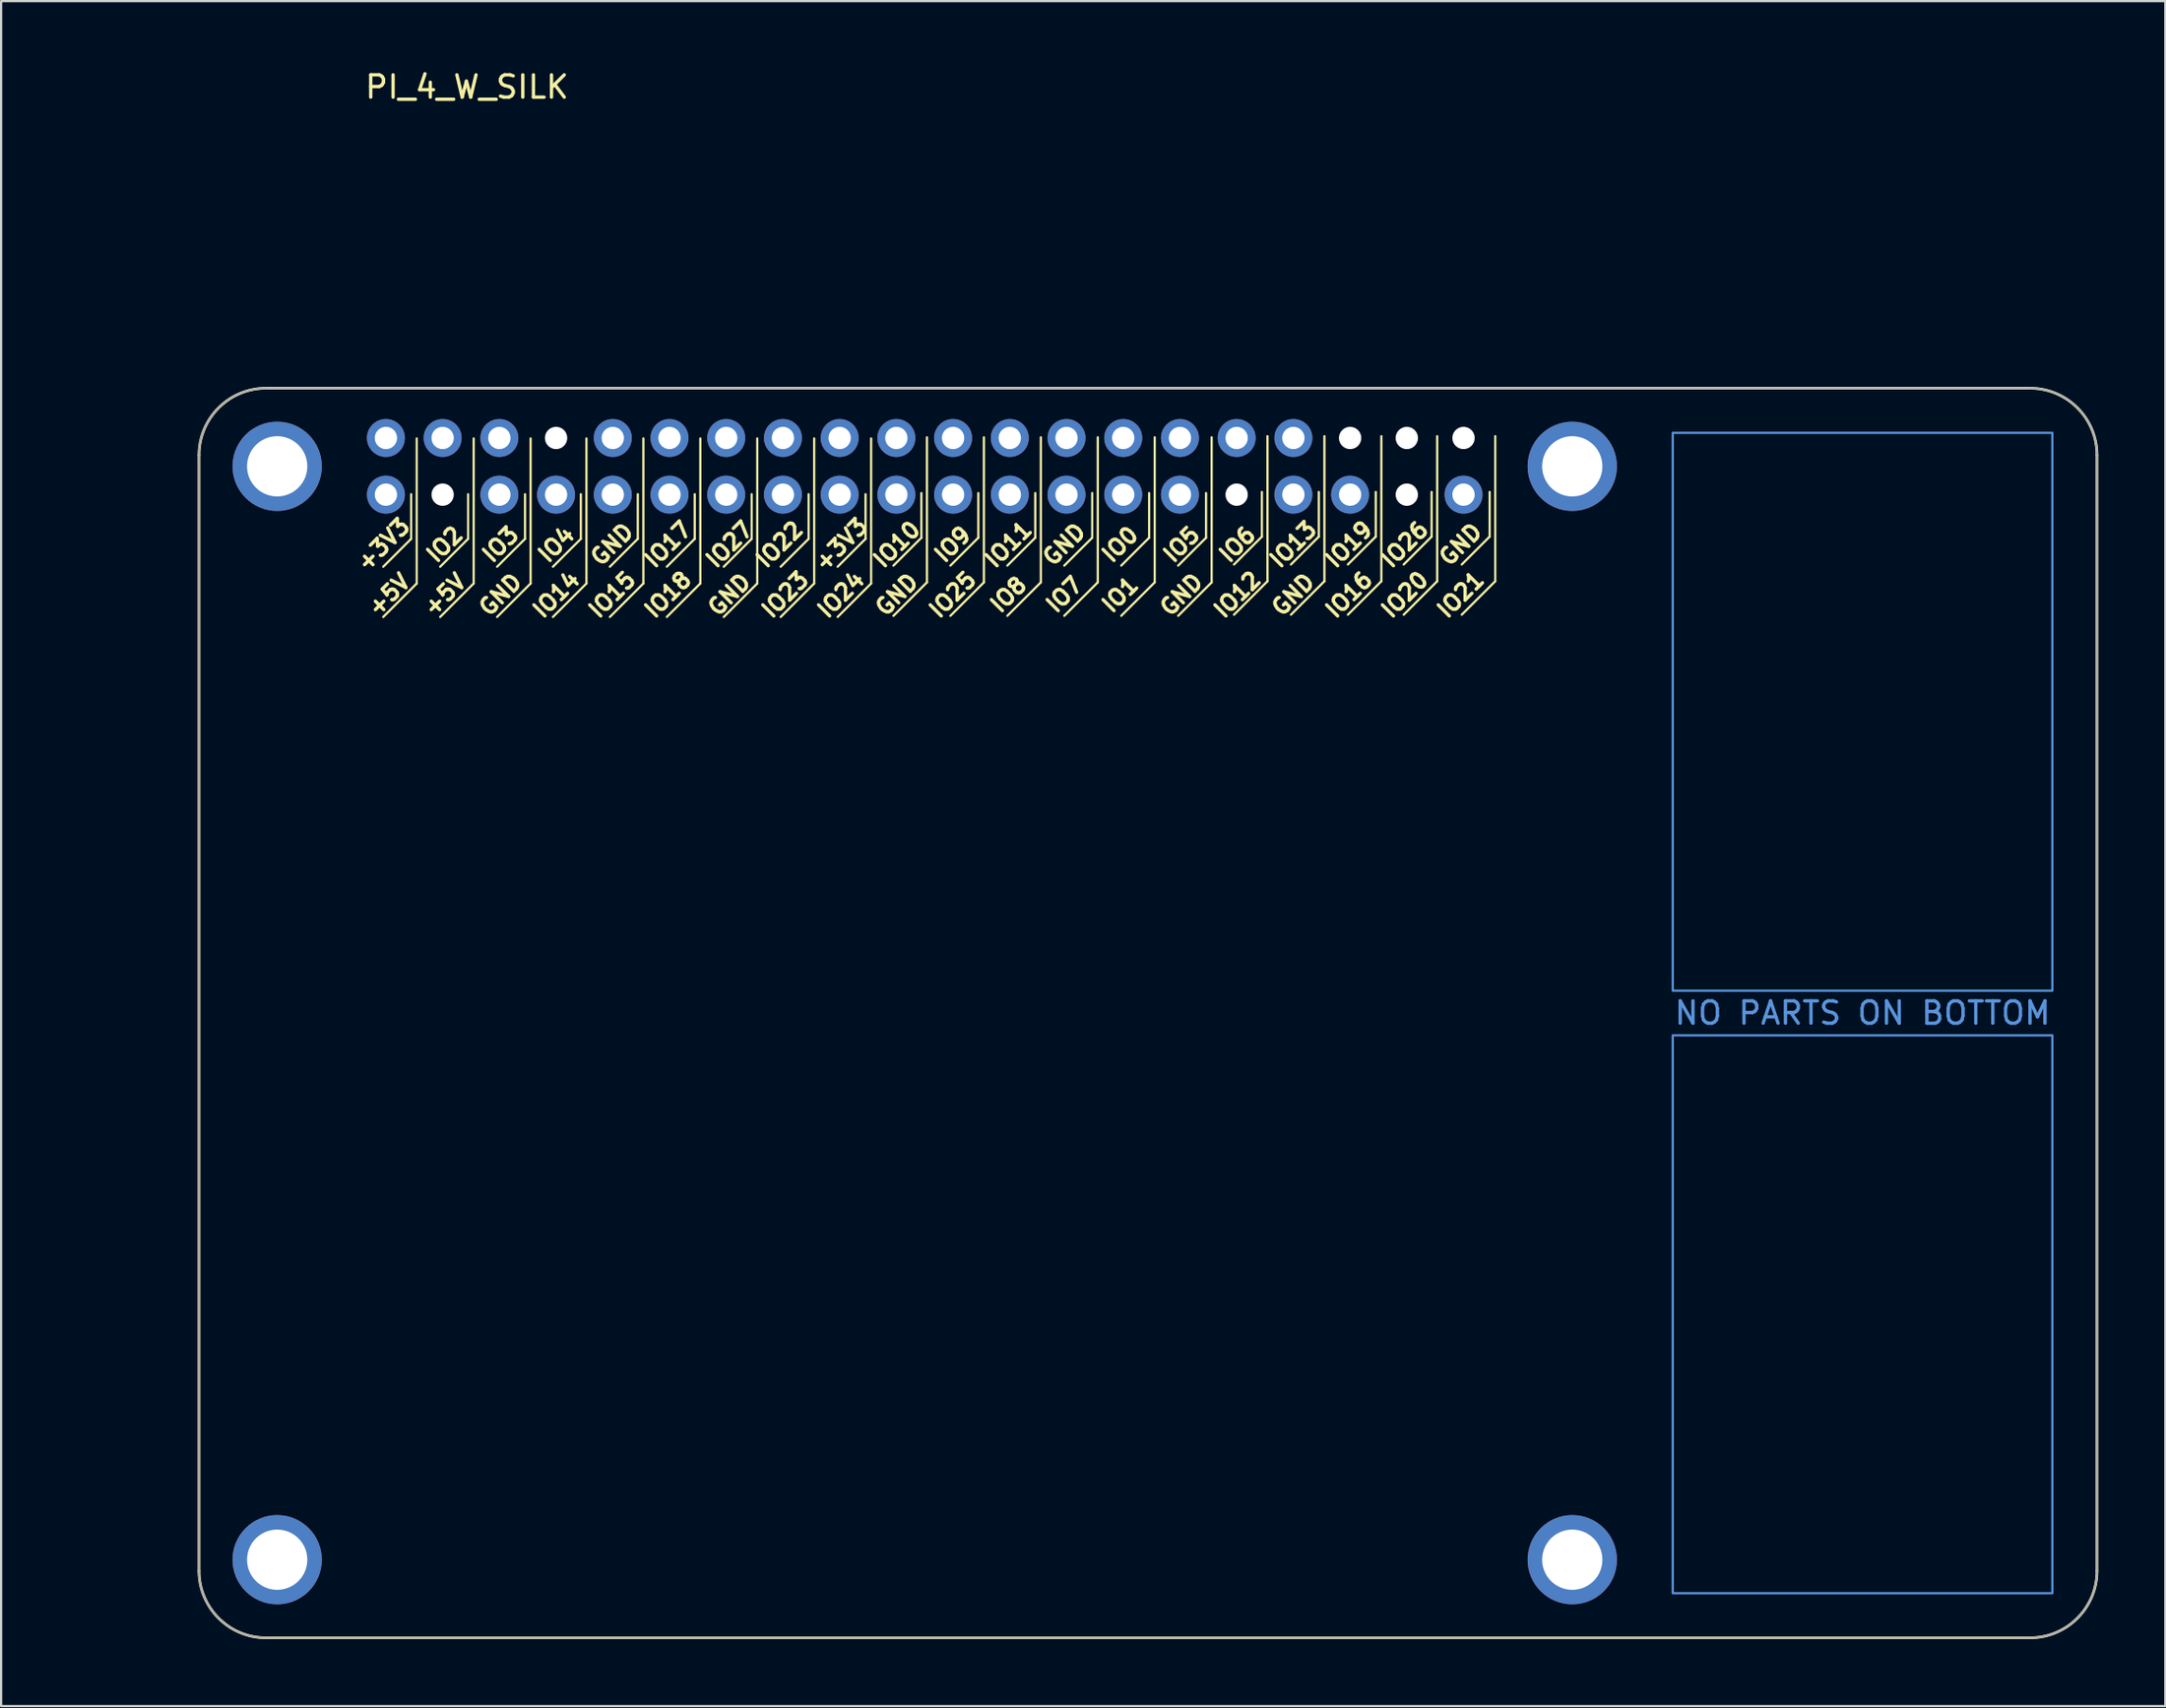
<source format=kicad_pcb>
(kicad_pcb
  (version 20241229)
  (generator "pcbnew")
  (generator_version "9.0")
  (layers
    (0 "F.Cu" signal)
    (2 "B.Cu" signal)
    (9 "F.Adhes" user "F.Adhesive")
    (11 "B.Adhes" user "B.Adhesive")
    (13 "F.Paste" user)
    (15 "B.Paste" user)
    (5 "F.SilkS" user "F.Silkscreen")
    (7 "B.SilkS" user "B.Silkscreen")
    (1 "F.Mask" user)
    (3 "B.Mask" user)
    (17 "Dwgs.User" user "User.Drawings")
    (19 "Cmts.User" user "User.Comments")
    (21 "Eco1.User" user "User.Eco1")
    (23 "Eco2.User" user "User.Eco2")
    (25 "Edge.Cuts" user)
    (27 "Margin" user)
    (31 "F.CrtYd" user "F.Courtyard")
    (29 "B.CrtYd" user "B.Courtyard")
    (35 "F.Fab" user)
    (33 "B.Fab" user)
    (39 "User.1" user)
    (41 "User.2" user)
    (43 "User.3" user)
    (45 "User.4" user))
  (footprint "PI_4_W_SILK"
    (layer "F.Cu")
    (at 5.863 14.348)
    (property "Reference" "PI_4_W_SILK" (at 12 -13.5 0) (unlocked yes) (layer "F.SilkS") (effects (font (size 1 1) (thickness 0.15))))
    (attr through_hole)
    (fp_line (start 0 53) (end 0 3) (stroke (width 0.12) (type solid)) (layer "F.SilkS"))
    (fp_line (start 3 0) (end 82 0) (stroke (width 0.12) (type solid)) (layer "F.SilkS"))
    (fp_line (start 8.25 8) (end 9.5 6.75) (stroke (width 0.1) (type solid)) (layer "F.SilkS"))
    (fp_line (start 8.25 10.25) (end 9.75 8.75) (stroke (width 0.1) (type solid)) (layer "F.SilkS"))
    (fp_line (start 9.5 6.75) (end 9.5 4.75) (stroke (width 0.1) (type solid)) (layer "F.SilkS"))
    (fp_line (start 9.75 8.75) (end 9.75 2.25) (stroke (width 0.1) (type solid)) (layer "F.SilkS"))
    (fp_line (start 10.8 8) (end 12.05 6.75) (stroke (width 0.1) (type solid)) (layer "F.SilkS"))
    (fp_line (start 10.8 10.25) (end 12.3 8.75) (stroke (width 0.1) (type solid)) (layer "F.SilkS"))
    (fp_line (start 12.05 6.75) (end 12.05 4.75) (stroke (width 0.1) (type solid)) (layer "F.SilkS"))
    (fp_line (start 12.3 8.75) (end 12.3 2.25) (stroke (width 0.1) (type solid)) (layer "F.SilkS"))
    (fp_line (start 13.35 8) (end 14.6 6.75) (stroke (width 0.1) (type solid)) (layer "F.SilkS"))
    (fp_line (start 13.35 10.25) (end 14.85 8.75) (stroke (width 0.1) (type solid)) (layer "F.SilkS"))
    (fp_line (start 14.6 6.75) (end 14.6 4.75) (stroke (width 0.1) (type solid)) (layer "F.SilkS"))
    (fp_line (start 14.85 8.75) (end 14.85 2.25) (stroke (width 0.1) (type solid)) (layer "F.SilkS"))
    (fp_line (start 15.85 8) (end 17.1 6.75) (stroke (width 0.1) (type solid)) (layer "F.SilkS"))
    (fp_line (start 15.85 10.25) (end 17.35 8.75) (stroke (width 0.1) (type solid)) (layer "F.SilkS"))
    (fp_line (start 17.1 6.75) (end 17.1 4.75) (stroke (width 0.1) (type solid)) (layer "F.SilkS"))
    (fp_line (start 17.35 8.75) (end 17.35 2.25) (stroke (width 0.1) (type solid)) (layer "F.SilkS"))
    (fp_line (start 18.4 8) (end 19.65 6.75) (stroke (width 0.1) (type solid)) (layer "F.SilkS"))
    (fp_line (start 18.4 10.25) (end 19.9 8.75) (stroke (width 0.1) (type solid)) (layer "F.SilkS"))
    (fp_line (start 19.65 6.75) (end 19.65 4.75) (stroke (width 0.1) (type solid)) (layer "F.SilkS"))
    (fp_line (start 19.9 8.75) (end 19.9 2.25) (stroke (width 0.1) (type solid)) (layer "F.SilkS"))
    (fp_line (start 20.95 8) (end 22.2 6.75) (stroke (width 0.1) (type solid)) (layer "F.SilkS"))
    (fp_line (start 20.95 10.25) (end 22.45 8.75) (stroke (width 0.1) (type solid)) (layer "F.SilkS"))
    (fp_line (start 22.2 6.75) (end 22.2 4.75) (stroke (width 0.1) (type solid)) (layer "F.SilkS"))
    (fp_line (start 22.45 8.75) (end 22.45 2.25) (stroke (width 0.1) (type solid)) (layer "F.SilkS"))
    (fp_line (start 23.5 8) (end 24.75 6.75) (stroke (width 0.1) (type solid)) (layer "F.SilkS"))
    (fp_line (start 23.5 10.25) (end 25 8.75) (stroke (width 0.1) (type solid)) (layer "F.SilkS"))
    (fp_line (start 24.75 6.75) (end 24.75 4.75) (stroke (width 0.1) (type solid)) (layer "F.SilkS"))
    (fp_line (start 25 8.75) (end 25 2.25) (stroke (width 0.1) (type solid)) (layer "F.SilkS"))
    (fp_line (start 26.05 8) (end 27.3 6.75) (stroke (width 0.1) (type solid)) (layer "F.SilkS"))
    (fp_line (start 26.05 10.25) (end 27.55 8.75) (stroke (width 0.1) (type solid)) (layer "F.SilkS"))
    (fp_line (start 27.3 6.75) (end 27.3 4.75) (stroke (width 0.1) (type solid)) (layer "F.SilkS"))
    (fp_line (start 27.55 8.75) (end 27.55 2.25) (stroke (width 0.1) (type solid)) (layer "F.SilkS"))
    (fp_line (start 28.6 8) (end 29.85 6.75) (stroke (width 0.1) (type solid)) (layer "F.SilkS"))
    (fp_line (start 28.6 10.25) (end 30.1 8.75) (stroke (width 0.1) (type solid)) (layer "F.SilkS"))
    (fp_line (start 29.85 6.75) (end 29.85 4.75) (stroke (width 0.1) (type solid)) (layer "F.SilkS"))
    (fp_line (start 30.1 8.75) (end 30.1 2.25) (stroke (width 0.1) (type solid)) (layer "F.SilkS"))
    (fp_line (start 31.1 7.95) (end 32.35 6.7) (stroke (width 0.1) (type solid)) (layer "F.SilkS"))
    (fp_line (start 31.1 10.2) (end 32.6 8.7) (stroke (width 0.1) (type solid)) (layer "F.SilkS"))
    (fp_line (start 32.35 6.7) (end 32.35 4.7) (stroke (width 0.1) (type solid)) (layer "F.SilkS"))
    (fp_line (start 32.6 8.7) (end 32.6 2.2) (stroke (width 0.1) (type solid)) (layer "F.SilkS"))
    (fp_line (start 33.65 7.95) (end 34.9 6.7) (stroke (width 0.1) (type solid)) (layer "F.SilkS"))
    (fp_line (start 33.65 10.2) (end 35.15 8.7) (stroke (width 0.1) (type solid)) (layer "F.SilkS"))
    (fp_line (start 34.9 6.7) (end 34.9 4.7) (stroke (width 0.1) (type solid)) (layer "F.SilkS"))
    (fp_line (start 35.15 8.7) (end 35.15 2.2) (stroke (width 0.1) (type solid)) (layer "F.SilkS"))
    (fp_line (start 36.2 7.95) (end 37.45 6.7) (stroke (width 0.1) (type solid)) (layer "F.SilkS"))
    (fp_line (start 36.2 10.2) (end 37.7 8.7) (stroke (width 0.1) (type solid)) (layer "F.SilkS"))
    (fp_line (start 37.45 6.7) (end 37.45 4.7) (stroke (width 0.1) (type solid)) (layer "F.SilkS"))
    (fp_line (start 37.7 8.7) (end 37.7 2.2) (stroke (width 0.1) (type solid)) (layer "F.SilkS"))
    (fp_line (start 38.75 7.95) (end 40 6.7) (stroke (width 0.1) (type solid)) (layer "F.SilkS"))
    (fp_line (start 38.75 10.2) (end 40.25 8.7) (stroke (width 0.1) (type solid)) (layer "F.SilkS"))
    (fp_line (start 40 6.7) (end 40 4.7) (stroke (width 0.1) (type solid)) (layer "F.SilkS"))
    (fp_line (start 40.25 8.7) (end 40.25 2.2) (stroke (width 0.1) (type solid)) (layer "F.SilkS"))
    (fp_line (start 41.3 7.95) (end 42.55 6.7) (stroke (width 0.1) (type solid)) (layer "F.SilkS"))
    (fp_line (start 41.3 10.2) (end 42.8 8.7) (stroke (width 0.1) (type solid)) (layer "F.SilkS"))
    (fp_line (start 42.55 6.7) (end 42.55 4.7) (stroke (width 0.1) (type solid)) (layer "F.SilkS"))
    (fp_line (start 42.8 8.7) (end 42.8 2.2) (stroke (width 0.1) (type solid)) (layer "F.SilkS"))
    (fp_line (start 43.85 7.95) (end 45.1 6.7) (stroke (width 0.1) (type solid)) (layer "F.SilkS"))
    (fp_line (start 43.85 10.2) (end 45.35 8.7) (stroke (width 0.1) (type solid)) (layer "F.SilkS"))
    (fp_line (start 45.1 6.7) (end 45.1 4.7) (stroke (width 0.1) (type solid)) (layer "F.SilkS"))
    (fp_line (start 45.35 8.7) (end 45.35 2.2) (stroke (width 0.1) (type solid)) (layer "F.SilkS"))
    (fp_line (start 46.35 7.9) (end 47.6 6.65) (stroke (width 0.1) (type solid)) (layer "F.SilkS"))
    (fp_line (start 46.35 10.15) (end 47.85 8.65) (stroke (width 0.1) (type solid)) (layer "F.SilkS"))
    (fp_line (start 47.6 6.65) (end 47.6 4.65) (stroke (width 0.1) (type solid)) (layer "F.SilkS"))
    (fp_line (start 47.85 8.65) (end 47.85 2.15) (stroke (width 0.1) (type solid)) (layer "F.SilkS"))
    (fp_line (start 48.9 7.9) (end 50.15 6.65) (stroke (width 0.1) (type solid)) (layer "F.SilkS"))
    (fp_line (start 48.9 10.15) (end 50.4 8.65) (stroke (width 0.1) (type solid)) (layer "F.SilkS"))
    (fp_line (start 50.15 6.65) (end 50.15 4.65) (stroke (width 0.1) (type solid)) (layer "F.SilkS"))
    (fp_line (start 50.4 8.65) (end 50.4 2.15) (stroke (width 0.1) (type solid)) (layer "F.SilkS"))
    (fp_line (start 51.45 7.9) (end 52.7 6.65) (stroke (width 0.1) (type solid)) (layer "F.SilkS"))
    (fp_line (start 51.45 10.15) (end 52.95 8.65) (stroke (width 0.1) (type solid)) (layer "F.SilkS"))
    (fp_line (start 52.7 6.65) (end 52.7 4.65) (stroke (width 0.1) (type solid)) (layer "F.SilkS"))
    (fp_line (start 52.95 8.65) (end 52.95 2.15) (stroke (width 0.1) (type solid)) (layer "F.SilkS"))
    (fp_line (start 53.95 7.9) (end 55.2 6.65) (stroke (width 0.1) (type solid)) (layer "F.SilkS"))
    (fp_line (start 53.95 10.15) (end 55.45 8.65) (stroke (width 0.1) (type solid)) (layer "F.SilkS"))
    (fp_line (start 55.2 6.65) (end 55.2 4.65) (stroke (width 0.1) (type solid)) (layer "F.SilkS"))
    (fp_line (start 55.45 8.65) (end 55.45 2.15) (stroke (width 0.1) (type solid)) (layer "F.SilkS"))
    (fp_line (start 56.55 7.9) (end 57.8 6.65) (stroke (width 0.1) (type solid)) (layer "F.SilkS"))
    (fp_line (start 56.55 10.15) (end 58.05 8.65) (stroke (width 0.1) (type solid)) (layer "F.SilkS"))
    (fp_line (start 57.8 6.65) (end 57.8 4.65) (stroke (width 0.1) (type solid)) (layer "F.SilkS"))
    (fp_line (start 58.05 8.65) (end 58.05 2.15) (stroke (width 0.1) (type solid)) (layer "F.SilkS"))
    (fp_line (start 82 56) (end 3 56) (stroke (width 0.12) (type solid)) (layer "F.SilkS"))
    (fp_line (start 85 3) (end 85 53) (stroke (width 0.12) (type solid)) (layer "F.SilkS"))
    (fp_arc (start 0 3) (mid 0.87868 0.87868) (end 3 0) (stroke (width 0.12) (type solid)) (layer "F.SilkS"))
    (fp_arc (start 3 56) (mid 0.87868 55.12132) (end 0 53) (stroke (width 0.12) (type solid)) (layer "F.SilkS"))
    (fp_arc (start 82 0) (mid 84.12132 0.87868) (end 85 3) (stroke (width 0.12) (type solid)) (layer "F.SilkS"))
    (fp_arc (start 85 53) (mid 84.12132 55.12132) (end 82 56) (stroke (width 0.12) (type solid)) (layer "F.SilkS"))
    (fp_poly (pts (xy 66 29) (xy 83 29) (xy 83 54) (xy 66 54)) (stroke (width 0.1) (type solid)) (fill no) (layer "Cmts.User"))
    (fp_poly (pts (xy 83 27) (xy 66 27) (xy 66 2) (xy 83 2)) (stroke (width 0.1) (type solid)) (fill no) (layer "Cmts.User"))
    (fp_line (start -3 0) (end -4 0) (stroke (width 0.1) (type solid)) (layer "Eco1.User"))
    (fp_line (start -3 0) (end -2 0) (stroke (width 0.1) (type solid)) (layer "Eco1.User"))
    (fp_line (start -3 26) (end -3 0) (stroke (width 0.1) (type solid)) (layer "Eco1.User"))
    (fp_line (start -3 27) (end -3 26) (stroke (width 0.1) (type solid)) (layer "Eco1.User"))
    (fp_line (start -3 29) (end -3 56) (stroke (width 0.1) (type solid)) (layer "Eco1.User"))
    (fp_line (start -3 56) (end -4 56) (stroke (width 0.1) (type solid)) (layer "Eco1.User"))
    (fp_line (start -3 56) (end -2 56) (stroke (width 0.1) (type solid)) (layer "Eco1.User"))
    (fp_line (start 0 -2) (end 0 -3) (stroke (width 0.1) (type solid)) (layer "Eco1.User"))
    (fp_line (start 0 -2) (end 0 -1) (stroke (width 0.1) (type solid)) (layer "Eco1.User"))
    (fp_line (start 0 0) (end 0 28) (stroke (width 0.1) (type solid)) (layer "Eco1.User"))
    (fp_line (start 0 0) (end 42.5 0) (stroke (width 0.1) (type solid)) (layer "Eco1.User"))
    (fp_line (start 0 28) (end 85 28) (stroke (width 0.1) (type solid)) (layer "Eco1.User"))
    (fp_line (start 39 -2) (end 0 -2) (stroke (width 0.1) (type solid)) (layer "Eco1.User"))
    (fp_line (start 42.5 0) (end 42.5 56) (stroke (width 0.1) (type solid)) (layer "Eco1.User"))
    (fp_line (start 45 -2) (end 85 -2) (stroke (width 0.1) (type solid)) (layer "Eco1.User"))
    (fp_line (start 85 -2) (end 85 -3) (stroke (width 0.1) (type solid)) (layer "Eco1.User"))
    (fp_line (start 85 -2) (end 85 -1) (stroke (width 0.1) (type solid)) (layer "Eco1.User"))
    (fp_line (start 0 53) (end 0 3) (stroke (width 0.1) (type solid)) (layer "F.Fab"))
    (fp_line (start 3 0) (end 82 0) (stroke (width 0.1) (type solid)) (layer "F.Fab"))
    (fp_line (start 82 56) (end 3 56) (stroke (width 0.1) (type solid)) (layer "F.Fab"))
    (fp_line (start 85 3) (end 85 53) (stroke (width 0.1) (type solid)) (layer "F.Fab"))
    (fp_arc (start 0 3) (mid 0.87868 0.87868) (end 3 0) (stroke (width 0.1) (type solid)) (layer "F.Fab"))
    (fp_arc (start 3 56) (mid 0.87868 55.12132) (end 0 53) (stroke (width 0.1) (type solid)) (layer "F.Fab"))
    (fp_arc (start 82 0) (mid 84.12132 0.87868) (end 85 3) (stroke (width 0.1) (type solid)) (layer "F.Fab"))
    (fp_arc (start 85 53) (mid 84.12132 55.12132) (end 82 56) (stroke (width 0.1) (type solid)) (layer "F.Fab"))
    (fp_text user "IO14" (at 16 9.25 45) (unlocked yes) (layer "F.SilkS") (effects (font (size 0.7 0.7) (thickness 0.15))))
    (fp_text user "IO22" (at 26 7 45) (unlocked yes) (layer "F.SilkS") (effects (font (size 0.7 0.7) (thickness 0.15))))
    (fp_text user "IO5" (at 44 7 45) (unlocked yes) (layer "F.SilkS") (effects (font (size 0.7 0.7) (thickness 0.15))))
    (fp_text user "IO6" (at 46.5 7 45) (unlocked yes) (layer "F.SilkS") (effects (font (size 0.7 0.7) (thickness 0.15))))
    (fp_text user "IO23" (at 26.25 9.25 45) (unlocked yes) (layer "F.SilkS") (effects (font (size 0.7 0.7) (thickness 0.15))))
    (fp_text user "IO20" (at 54 9.25 45) (unlocked yes) (layer "F.SilkS") (effects (font (size 0.7 0.7) (thickness 0.15))))
    (fp_text user "GND" (at 23.75 9.25 45) (unlocked yes) (layer "F.SilkS") (effects (font (size 0.7 0.7) (thickness 0.15))))
    (fp_text user "IO8" (at 36.25 9.25 45) (unlocked yes) (layer "F.SilkS") (effects (font (size 0.7 0.7) (thickness 0.15))))
    (fp_text user "IO10" (at 31.25 7 45) (unlocked yes) (layer "F.SilkS") (effects (font (size 0.7 0.7) (thickness 0.15))))
    (fp_text user "+3V3" (at 28.75 7 45) (unlocked yes) (layer "F.SilkS") (effects (font (size 0.7 0.7) (thickness 0.15))))
    (fp_text user "IO4" (at 16 7 45) (unlocked yes) (layer "F.SilkS") (effects (font (size 0.7 0.7) (thickness 0.15))))
    (fp_text user "IO27" (at 23.75 7 45) (unlocked yes) (layer "F.SilkS") (effects (font (size 0.7 0.7) (thickness 0.15))))
    (fp_text user "IO7" (at 38.75 9.25 45) (unlocked yes) (layer "F.SilkS") (effects (font (size 0.7 0.7) (thickness 0.15))))
    (fp_text user "IO2" (at 11 7 45) (unlocked yes) (layer "F.SilkS") (effects (font (size 0.7 0.7) (thickness 0.15))))
    (fp_text user "IO19" (at 51.5 7 45) (unlocked yes) (layer "F.SilkS") (effects (font (size 0.7 0.7) (thickness 0.15))))
    (fp_text user "GND" (at 31.25 9.25 45) (unlocked yes) (layer "F.SilkS") (effects (font (size 0.7 0.7) (thickness 0.15))))
    (fp_text user "IO24" (at 28.75 9.25 45) (unlocked yes) (layer "F.SilkS") (effects (font (size 0.7 0.7) (thickness 0.15))))
    (fp_text user "IO26" (at 54 7 45) (unlocked yes) (layer "F.SilkS") (effects (font (size 0.7 0.7) (thickness 0.15))))
    (fp_text user "+5V" (at 8.5 9.25 45) (unlocked yes) (layer "F.SilkS") (effects (font (size 0.7 0.7) (thickness 0.15))))
    (fp_text user "IO9" (at 33.75 7 45) (unlocked yes) (layer "F.SilkS") (effects (font (size 0.7 0.7) (thickness 0.15))))
    (fp_text user "IO21" (at 56.5 9.25 45) (unlocked yes) (layer "F.SilkS") (effects (font (size 0.7 0.7) (thickness 0.15))))
    (fp_text user "IO15" (at 18.5 9.25 45) (unlocked yes) (layer "F.SilkS") (effects (font (size 0.7 0.7) (thickness 0.15))))
    (fp_text user "IO0" (at 41.25 7 45) (unlocked yes) (layer "F.SilkS") (effects (font (size 0.7 0.7) (thickness 0.15))))
    (fp_text user "IO12" (at 46.5 9.25 45) (unlocked yes) (layer "F.SilkS") (effects (font (size 0.7 0.7) (thickness 0.15))))
    (fp_text user "GND" (at 49 9.25 45) (unlocked yes) (layer "F.SilkS") (effects (font (size 0.7 0.7) (thickness 0.15))))
    (fp_text user "IO11" (at 36.25 7 45) (unlocked yes) (layer "F.SilkS") (effects (font (size 0.7 0.7) (thickness 0.15))))
    (fp_text user "+5V" (at 11 9.25 45) (unlocked yes) (layer "F.SilkS") (effects (font (size 0.7 0.7) (thickness 0.15))))
    (fp_text user "GND" (at 38.75 7 45) (unlocked yes) (layer "F.SilkS") (effects (font (size 0.7 0.7) (thickness 0.15))))
    (fp_text user "IO25" (at 33.75 9.25 45) (unlocked yes) (layer "F.SilkS") (effects (font (size 0.7 0.7) (thickness 0.15))))
    (fp_text user "IO1" (at 41.25 9.25 45) (unlocked yes) (layer "F.SilkS") (effects (font (size 0.7 0.7) (thickness 0.15))))
    (fp_text user "GND" (at 44 9.25 45) (unlocked yes) (layer "F.SilkS") (effects (font (size 0.7 0.7) (thickness 0.15))))
    (fp_text user "+3V3" (at 8.25 7 45) (unlocked yes) (layer "F.SilkS") (effects (font (size 0.7 0.7) (thickness 0.15))))
    (fp_text user "IO3" (at 13.5 7 45) (unlocked yes) (layer "F.SilkS") (effects (font (size 0.7 0.7) (thickness 0.15))))
    (fp_text user "IO13" (at 49 7 45) (unlocked yes) (layer "F.SilkS") (effects (font (size 0.7 0.7) (thickness 0.15))))
    (fp_text user "IO18" (at 21 9.25 45) (unlocked yes) (layer "F.SilkS") (effects (font (size 0.7 0.7) (thickness 0.15))))
    (fp_text user "GND" (at 13.5 9.25 45) (unlocked yes) (layer "F.SilkS") (effects (font (size 0.7 0.7) (thickness 0.15))))
    (fp_text user "GND" (at 18.5 7 45) (unlocked yes) (layer "F.SilkS") (effects (font (size 0.7 0.7) (thickness 0.15))))
    (fp_text user "IO16" (at 51.5 9.25 45) (unlocked yes) (layer "F.SilkS") (effects (font (size 0.7 0.7) (thickness 0.15))))
    (fp_text user "GND" (at 56.5 7 45) (unlocked yes) (layer "F.SilkS") (effects (font (size 0.7 0.7) (thickness 0.15))))
    (fp_text user "IO17" (at 21 7 45) (unlocked yes) (layer "F.SilkS") (effects (font (size 0.7 0.7) (thickness 0.15))))
    (fp_text user "NO PARTS ON BOTTOM" (at 74.5 28 0) (unlocked yes) (layer "Cmts.User") (effects (font (size 1 1) (thickness 0.15))))
    (fp_text user "56mm" (at -3 28 0) (unlocked yes) (layer "Eco1.User") (effects (font (size 1 1) (thickness 0.15))))
    (fp_text user "r=3mm" (at -3 -2 0) (unlocked yes) (layer "Eco1.User") (effects (font (size 1 1) (thickness 0.15))))
    (fp_text user "85mm" (at 42 -2 0) (unlocked yes) (layer "Eco1.User") (effects (font (size 1 1) (thickness 0.15))))
    (pad "" np_thru_hole circle (at 3.5 3.5) (size 4 4) (drill 2.7) (layers "*.Cu" "*.Mask"))
    (pad "" np_thru_hole circle (at 3.5 52.5) (size 4 4) (drill 2.7) (layers "*.Cu" "*.Mask"))
    (pad "" np_thru_hole circle (at 61.5 3.5) (size 4 4) (drill 2.7) (layers "*.Cu" "*.Mask"))
    (pad "" np_thru_hole circle (at 61.5 52.5) (size 4 4) (drill 2.7) (layers "*.Cu" "*.Mask"))
    (pad "1" thru_hole circle (at 8.37 4.77 90) (size 1.7 1.7) (drill 1) (layers "*.Cu" "*.Mask"))
    (pad "2" thru_hole oval (at 8.37 2.23 90) (size 1.7 1.7) (drill 1) (layers "*.Cu" "*.Mask"))
    (pad "3" thru_hole oval (at 10.91 4.77 90) (size 1.7 1.7) (drill 1) (layers "*.Cu" "*.Mask") (remove_unused_layers yes) (zone_layer_connections))
    (pad "4" thru_hole oval (at 10.91 2.23 90) (size 1.7 1.7) (drill 1) (layers "*.Cu" "*.Mask"))
    (pad "5" thru_hole oval (at 13.45 4.77 90) (size 1.7 1.7) (drill 1) (layers "*.Cu" "*.Mask"))
    (pad "6" thru_hole oval (at 13.45 2.23 90) (size 1.7 1.7) (drill 1) (layers "*.Cu" "*.Mask") (remove_unused_layers yes) (keep_end_layers yes) (zone_layer_connections))
    (pad "7" thru_hole oval (at 15.99 4.77 90) (size 1.7 1.7) (drill 1) (layers "*.Cu" "*.Mask") (remove_unused_layers yes) (keep_end_layers yes) (zone_layer_connections))
    (pad "8" thru_hole oval (at 15.99 2.23 90) (size 1.7 1.7) (drill 1) (layers "*.Cu" "*.Mask") (remove_unused_layers yes) (zone_layer_connections))
    (pad "9" thru_hole oval (at 18.53 4.77 90) (size 1.7 1.7) (drill 1) (layers "*.Cu" "*.Mask"))
    (pad "10" thru_hole oval (at 18.53 2.23 90) (size 1.7 1.7) (drill 1) (layers "*.Cu" "*.Mask"))
    (pad "11" thru_hole oval (at 21.07 4.77 90) (size 1.7 1.7) (drill 1) (layers "*.Cu" "*.Mask"))
    (pad "12" thru_hole oval (at 21.07 2.23 90) (size 1.7 1.7) (drill 1) (layers "*.Cu" "*.Mask"))
    (pad "13" thru_hole oval (at 23.61 4.77 90) (size 1.7 1.7) (drill 1) (layers "*.Cu" "*.Mask"))
    (pad "14" thru_hole oval (at 23.61 2.23 90) (size 1.7 1.7) (drill 1) (layers "*.Cu" "*.Mask"))
    (pad "15" thru_hole oval (at 26.15 4.77 90) (size 1.7 1.7) (drill 1) (layers "*.Cu" "*.Mask"))
    (pad "16" thru_hole oval (at 26.15 2.23 90) (size 1.7 1.7) (drill 1) (layers "*.Cu" "*.Mask"))
    (pad "17" thru_hole oval (at 28.69 4.77 90) (size 1.7 1.7) (drill 1) (layers "*.Cu" "*.Mask") (remove_unused_layers yes) (keep_end_layers yes) (zone_layer_connections))
    (pad "18" thru_hole oval (at 28.69 2.23 90) (size 1.7 1.7) (drill 1) (layers "*.Cu" "*.Mask") (remove_unused_layers yes) (keep_end_layers yes) (zone_layer_connections))
    (pad "19" thru_hole oval (at 31.23 4.77 90) (size 1.7 1.7) (drill 1) (layers "*.Cu" "*.Mask"))
    (pad "20" thru_hole oval (at 31.23 2.23 90) (size 1.7 1.7) (drill 1) (layers "*.Cu" "*.Mask"))
    (pad "21" thru_hole oval (at 33.77 4.77 90) (size 1.7 1.7) (drill 1) (layers "*.Cu" "*.Mask"))
    (pad "22" thru_hole oval (at 33.77 2.23 90) (size 1.7 1.7) (drill 1) (layers "*.Cu" "*.Mask"))
    (pad "23" thru_hole oval (at 36.31 4.77 90) (size 1.7 1.7) (drill 1) (layers "*.Cu" "*.Mask"))
    (pad "24" thru_hole oval (at 36.31 2.23 90) (size 1.7 1.7) (drill 1) (layers "*.Cu" "*.Mask"))
    (pad "25" thru_hole oval (at 38.85 4.77 90) (size 1.7 1.7) (drill 1) (layers "*.Cu" "*.Mask"))
    (pad "26" thru_hole oval (at 38.85 2.23 90) (size 1.7 1.7) (drill 1) (layers "*.Cu" "*.Mask"))
    (pad "27" thru_hole oval (at 41.39 4.77 90) (size 1.7 1.7) (drill 1) (layers "*.Cu" "*.Mask"))
    (pad "28" thru_hole oval (at 41.39 2.23 90) (size 1.7 1.7) (drill 1) (layers "*.Cu" "*.Mask") (remove_unused_layers yes) (keep_end_layers yes) (zone_layer_connections))
    (pad "29" thru_hole oval (at 43.93 4.77 90) (size 1.7 1.7) (drill 1) (layers "*.Cu" "*.Mask") (remove_unused_layers yes) (keep_end_layers yes) (zone_layer_connections))
    (pad "30" thru_hole oval (at 43.93 2.23 90) (size 1.7 1.7) (drill 1) (layers "*.Cu" "*.Mask"))
    (pad "31" thru_hole oval (at 46.47 4.77 90) (size 1.7 1.7) (drill 1) (layers "*.Cu" "*.Mask") (remove_unused_layers yes) (zone_layer_connections))
    (pad "32" thru_hole oval (at 46.47 2.23 90) (size 1.7 1.7) (drill 1) (layers "*.Cu" "*.Mask"))
    (pad "33" thru_hole oval (at 49.01 4.77 90) (size 1.7 1.7) (drill 1) (layers "*.Cu" "*.Mask") (remove_unused_layers yes) (keep_end_layers yes) (zone_layer_connections))
    (pad "34" thru_hole oval (at 49.01 2.23 90) (size 1.7 1.7) (drill 1) (layers "*.Cu" "*.Mask"))
    (pad "35" thru_hole oval (at 51.55 4.77 90) (size 1.7 1.7) (drill 1) (layers "*.Cu" "*.Mask"))
    (pad "36" thru_hole oval (at 51.55 2.23 90) (size 1.7 1.7) (drill 1) (layers "*.Cu" "*.Mask") (remove_unused_layers yes) (zone_layer_connections))
    (pad "37" thru_hole oval (at 54.09 4.77 90) (size 1.7 1.7) (drill 1) (layers "*.Cu" "*.Mask") (remove_unused_layers yes) (zone_layer_connections))
    (pad "38" thru_hole oval (at 54.09 2.23 90) (size 1.7 1.7) (drill 1) (layers "*.Cu" "*.Mask") (remove_unused_layers yes) (zone_layer_connections))
    (pad "39" thru_hole oval (at 56.63 4.77 90) (size 1.7 1.7) (drill 1) (layers "*.Cu" "*.Mask") (remove_unused_layers yes) (keep_end_layers yes) (zone_layer_connections))
    (pad "40" thru_hole oval (at 56.63 2.23 90) (size 1.7 1.7) (drill 1) (layers "*.Cu" "*.Mask") (remove_unused_layers yes) (zone_layer_connections)))
  (gr_rect
    (start -3 -3)
    (end 93.923 73.408)
    (stroke (width 0.1) (type default))
    (fill no)
    (layer "Edge.Cuts")))
</source>
